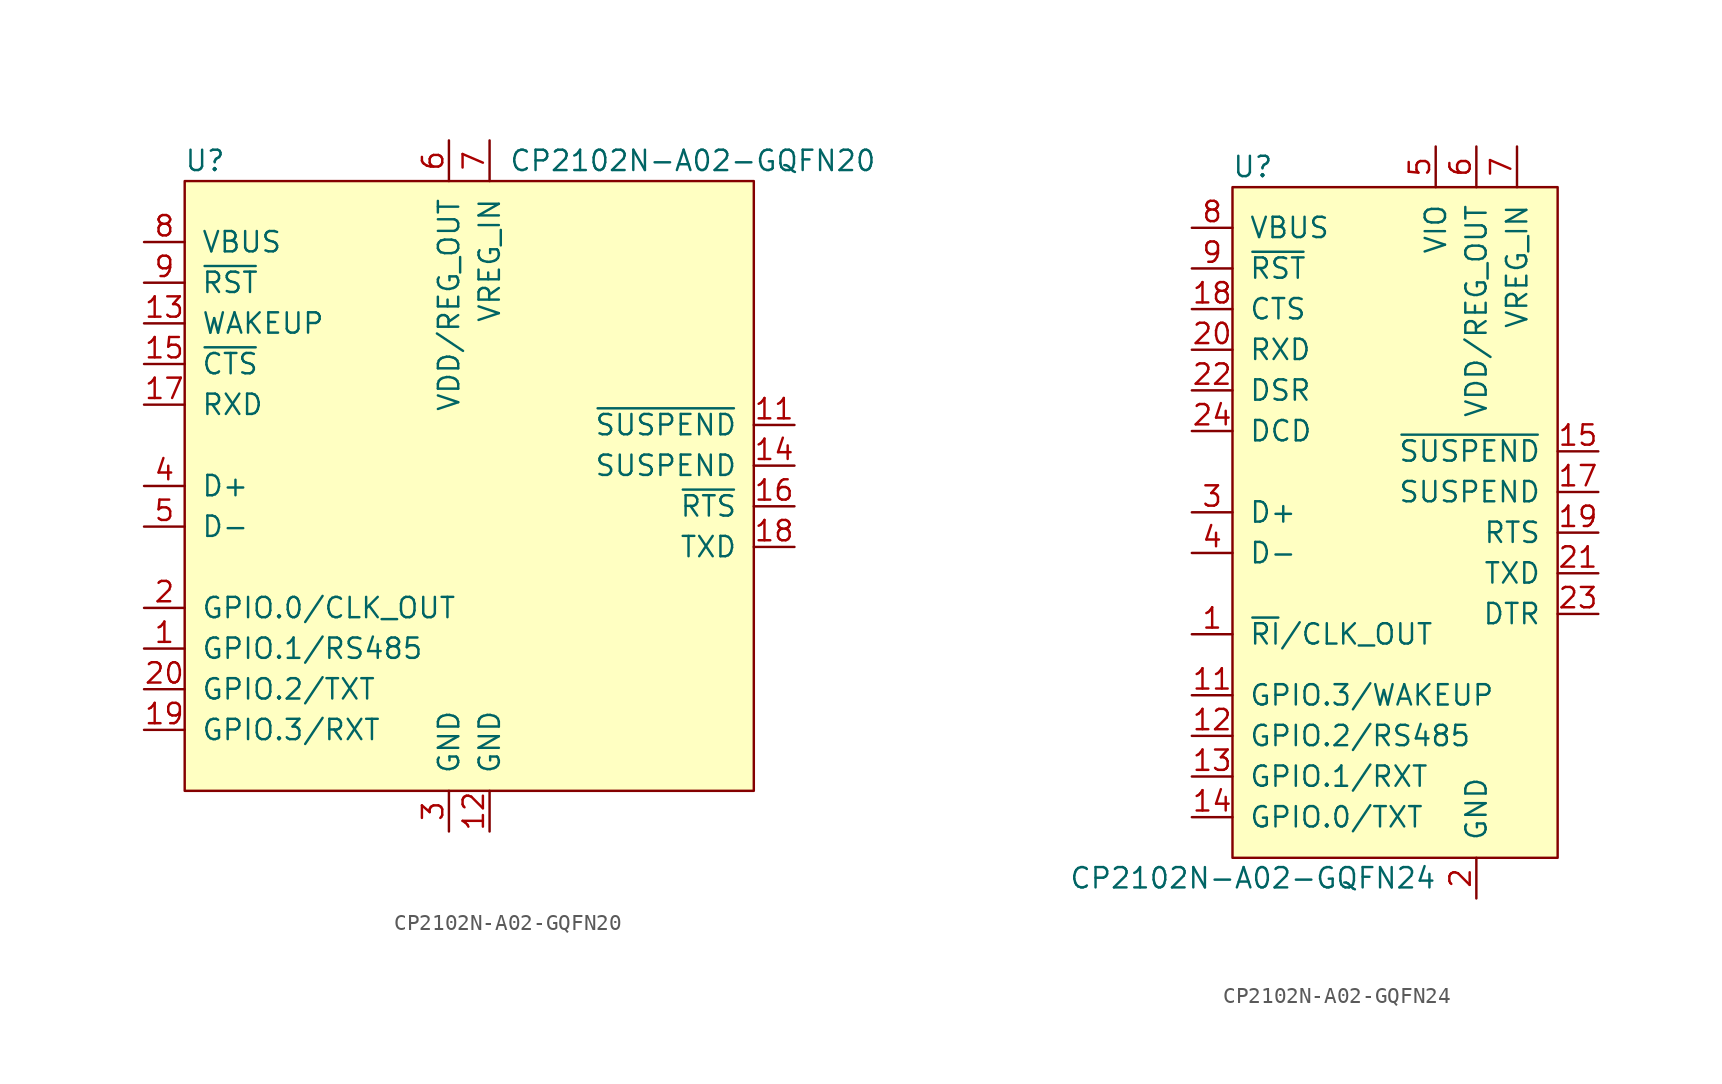
<source format=kicad_sym>
(kicad_symbol_lib
  (version 20211014)
  (generator kicad_symbol_editor)
  (symbol "CP2102N-A02-GQFN20"
    (pin_names
      (offset 1.016))
    (property "Reference" "U"
      (at -16.51 20.32 0)
      (effects (font (size 1.27 1.27))))
    (property "Value" "CP2102N-A02-GQFN20"
      (at 13.97 20.32 0)
      (effects (font (size 1.27 1.27))))
    (symbol "CP2102N-A02-GQFN20_0_1"
      (rectangle (start -17.78 19.05) (end 17.78 -19.05) (stroke (width 0) (type default) (color 0 0 0 0)) (fill (type background))))
    (symbol "CP2102N-A02-GQFN20_1_1"
      (pin bidirectional line (at -20.32 -10.16 0) (length 2.54) (name "GPIO.1/RS485" (effects (font (size 1.27 1.27)))) (number "1" (effects (font (size 1.27 1.27)))))
      (pin no_connect line (at 20.32 -15.24 180) (length 2.54) hide (name "NC" (effects (font (size 1.27 1.27)))) (number "10" (effects (font (size 1.27 1.27)))))
      (pin output line (at 20.32 3.81 180) (length 2.54) (name "~{SUSPEND}" (effects (font (size 1.27 1.27)))) (number "11" (effects (font (size 1.27 1.27)))))
      (pin power_in line (at 1.27 -21.59 90) (length 2.54) (name "GND" (effects (font (size 1.27 1.27)))) (number "12" (effects (font (size 1.27 1.27)))))
      (pin input line (at -20.32 10.16 0) (length 2.54) (name "WAKEUP" (effects (font (size 1.27 1.27)))) (number "13" (effects (font (size 1.27 1.27)))))
      (pin output line (at 20.32 1.27 180) (length 2.54) (name "SUSPEND" (effects (font (size 1.27 1.27)))) (number "14" (effects (font (size 1.27 1.27)))))
      (pin input line (at -20.32 7.62 0) (length 2.54) (name "~{CTS}" (effects (font (size 1.27 1.27)))) (number "15" (effects (font (size 1.27 1.27)))))
      (pin output line (at 20.32 -1.27 180) (length 2.54) (name "~{RTS}" (effects (font (size 1.27 1.27)))) (number "16" (effects (font (size 1.27 1.27)))))
      (pin input line (at -20.32 5.08 0) (length 2.54) (name "RXD" (effects (font (size 1.27 1.27)))) (number "17" (effects (font (size 1.27 1.27)))))
      (pin output line (at 20.32 -3.81 180) (length 2.54) (name "TXD" (effects (font (size 1.27 1.27)))) (number "18" (effects (font (size 1.27 1.27)))))
      (pin bidirectional line (at -20.32 -15.24 0) (length 2.54) (name "GPIO.3/RXT" (effects (font (size 1.27 1.27)))) (number "19" (effects (font (size 1.27 1.27)))))
      (pin bidirectional line (at -20.32 -7.62 0) (length 2.54) (name "GPIO.0/CLK_OUT" (effects (font (size 1.27 1.27)))) (number "2" (effects (font (size 1.27 1.27)))))
      (pin bidirectional line (at -20.32 -12.7 0) (length 2.54) (name "GPIO.2/TXT" (effects (font (size 1.27 1.27)))) (number "20" (effects (font (size 1.27 1.27)))))
      (pin power_in line (at -1.27 -21.59 90) (length 2.54) (name "GND" (effects (font (size 1.27 1.27)))) (number "3" (effects (font (size 1.27 1.27)))))
      (pin bidirectional line (at -20.32 0 0) (length 2.54) (name "D+" (effects (font (size 1.27 1.27)))) (number "4" (effects (font (size 1.27 1.27)))))
      (pin bidirectional line (at -20.32 -2.54 0) (length 2.54) (name "D-" (effects (font (size 1.27 1.27)))) (number "5" (effects (font (size 1.27 1.27)))))
      (pin bidirectional line (at -1.27 21.59 270) (length 2.54) (name "VDD/REG_OUT" (effects (font (size 1.27 1.27)))) (number "6" (effects (font (size 1.27 1.27)))))
      (pin power_in line (at 1.27 21.59 270) (length 2.54) (name "VREG_IN" (effects (font (size 1.27 1.27)))) (number "7" (effects (font (size 1.27 1.27)))))
      (pin input line (at -20.32 15.24 0) (length 2.54) (name "VBUS" (effects (font (size 1.27 1.27)))) (number "8" (effects (font (size 1.27 1.27)))))
      (pin input line (at -20.32 12.7 0) (length 2.54) (name "~{RST}" (effects (font (size 1.27 1.27)))) (number "9" (effects (font (size 1.27 1.27)))))))
  (symbol "CP2102N-A02-GQFN24"
    (pin_names
      (offset 1.016))
    (property "Reference" "U"
      (at -8.89 22.86 0)
      (effects (font (size 1.27 1.27))))
    (property "Value" "CP2102N-A02-GQFN24"
      (at -8.89 -21.59 0)
      (effects (font (size 1.27 1.27))))
    (symbol "CP2102N-A02-GQFN24_0_1"
      (rectangle (start -10.16 21.59) (end 10.16 -20.32) (stroke (width 0) (type default) (color 0 0 0 0)) (fill (type background))))
    (symbol "CP2102N-A02-GQFN24_1_1"
      (pin bidirectional line (at -12.7 -6.35 0) (length 2.54) (name "~{RI}/CLK_OUT" (effects (font (size 1.27 1.27)))) (number "1" (effects (font (size 1.27 1.27)))))
      (pin no_connect line (at 12.7 -12.7 180) (length 2.54) hide (name "NC" (effects (font (size 1.27 1.27)))) (number "10" (effects (font (size 1.27 1.27)))))
      (pin bidirectional line (at -12.7 -10.16 0) (length 2.54) (name "GPIO.3/WAKEUP" (effects (font (size 1.27 1.27)))) (number "11" (effects (font (size 1.27 1.27)))))
      (pin bidirectional line (at -12.7 -12.7 0) (length 2.54) (name "GPIO.2/RS485" (effects (font (size 1.27 1.27)))) (number "12" (effects (font (size 1.27 1.27)))))
      (pin bidirectional line (at -12.7 -15.24 0) (length 2.54) (name "GPIO.1/RXT" (effects (font (size 1.27 1.27)))) (number "13" (effects (font (size 1.27 1.27)))))
      (pin bidirectional line (at -12.7 -17.78 0) (length 2.54) (name "GPIO.0/TXT" (effects (font (size 1.27 1.27)))) (number "14" (effects (font (size 1.27 1.27)))))
      (pin output line (at 12.7 5.08 180) (length 2.54) (name "~{SUSPEND}" (effects (font (size 1.27 1.27)))) (number "15" (effects (font (size 1.27 1.27)))))
      (pin no_connect line (at 12.7 -15.24 180) (length 2.54) hide (name "NC" (effects (font (size 1.27 1.27)))) (number "16" (effects (font (size 1.27 1.27)))))
      (pin output line (at 12.7 2.54 180) (length 2.54) (name "SUSPEND" (effects (font (size 1.27 1.27)))) (number "17" (effects (font (size 1.27 1.27)))))
      (pin input line (at -12.7 13.97 0) (length 2.54) (name "CTS" (effects (font (size 1.27 1.27)))) (number "18" (effects (font (size 1.27 1.27)))))
      (pin output line (at 12.7 0 180) (length 2.54) (name "RTS" (effects (font (size 1.27 1.27)))) (number "19" (effects (font (size 1.27 1.27)))))
      (pin power_in line (at 5.08 -22.86 90) (length 2.54) (name "GND" (effects (font (size 1.27 1.27)))) (number "2" (effects (font (size 1.27 1.27)))))
      (pin input line (at -12.7 11.43 0) (length 2.54) (name "RXD" (effects (font (size 1.27 1.27)))) (number "20" (effects (font (size 1.27 1.27)))))
      (pin output line (at 12.7 -2.54 180) (length 2.54) (name "TXD" (effects (font (size 1.27 1.27)))) (number "21" (effects (font (size 1.27 1.27)))))
      (pin input line (at -12.7 8.89 0) (length 2.54) (name "DSR" (effects (font (size 1.27 1.27)))) (number "22" (effects (font (size 1.27 1.27)))))
      (pin output line (at 12.7 -5.08 180) (length 2.54) (name "DTR" (effects (font (size 1.27 1.27)))) (number "23" (effects (font (size 1.27 1.27)))))
      (pin input line (at -12.7 6.35 0) (length 2.54) (name "DCD" (effects (font (size 1.27 1.27)))) (number "24" (effects (font (size 1.27 1.27)))))
      (pin bidirectional line (at -12.7 1.27 0) (length 2.54) (name "D+" (effects (font (size 1.27 1.27)))) (number "3" (effects (font (size 1.27 1.27)))))
      (pin bidirectional line (at -12.7 -1.27 0) (length 2.54) (name "D-" (effects (font (size 1.27 1.27)))) (number "4" (effects (font (size 1.27 1.27)))))
      (pin power_in line (at 2.54 24.13 270) (length 2.54) (name "VIO" (effects (font (size 1.27 1.27)))) (number "5" (effects (font (size 1.27 1.27)))))
      (pin bidirectional line (at 5.08 24.13 270) (length 2.54) (name "VDD/REG_OUT" (effects (font (size 1.27 1.27)))) (number "6" (effects (font (size 1.27 1.27)))))
      (pin power_in line (at 7.62 24.13 270) (length 2.54) (name "VREG_IN" (effects (font (size 1.27 1.27)))) (number "7" (effects (font (size 1.27 1.27)))))
      (pin input line (at -12.7 19.05 0) (length 2.54) (name "VBUS" (effects (font (size 1.27 1.27)))) (number "8" (effects (font (size 1.27 1.27)))))
      (pin input line (at -12.7 16.51 0) (length 2.54) (name "~{RST}" (effects (font (size 1.27 1.27)))) (number "9" (effects (font (size 1.27 1.27))))))))
</source>
